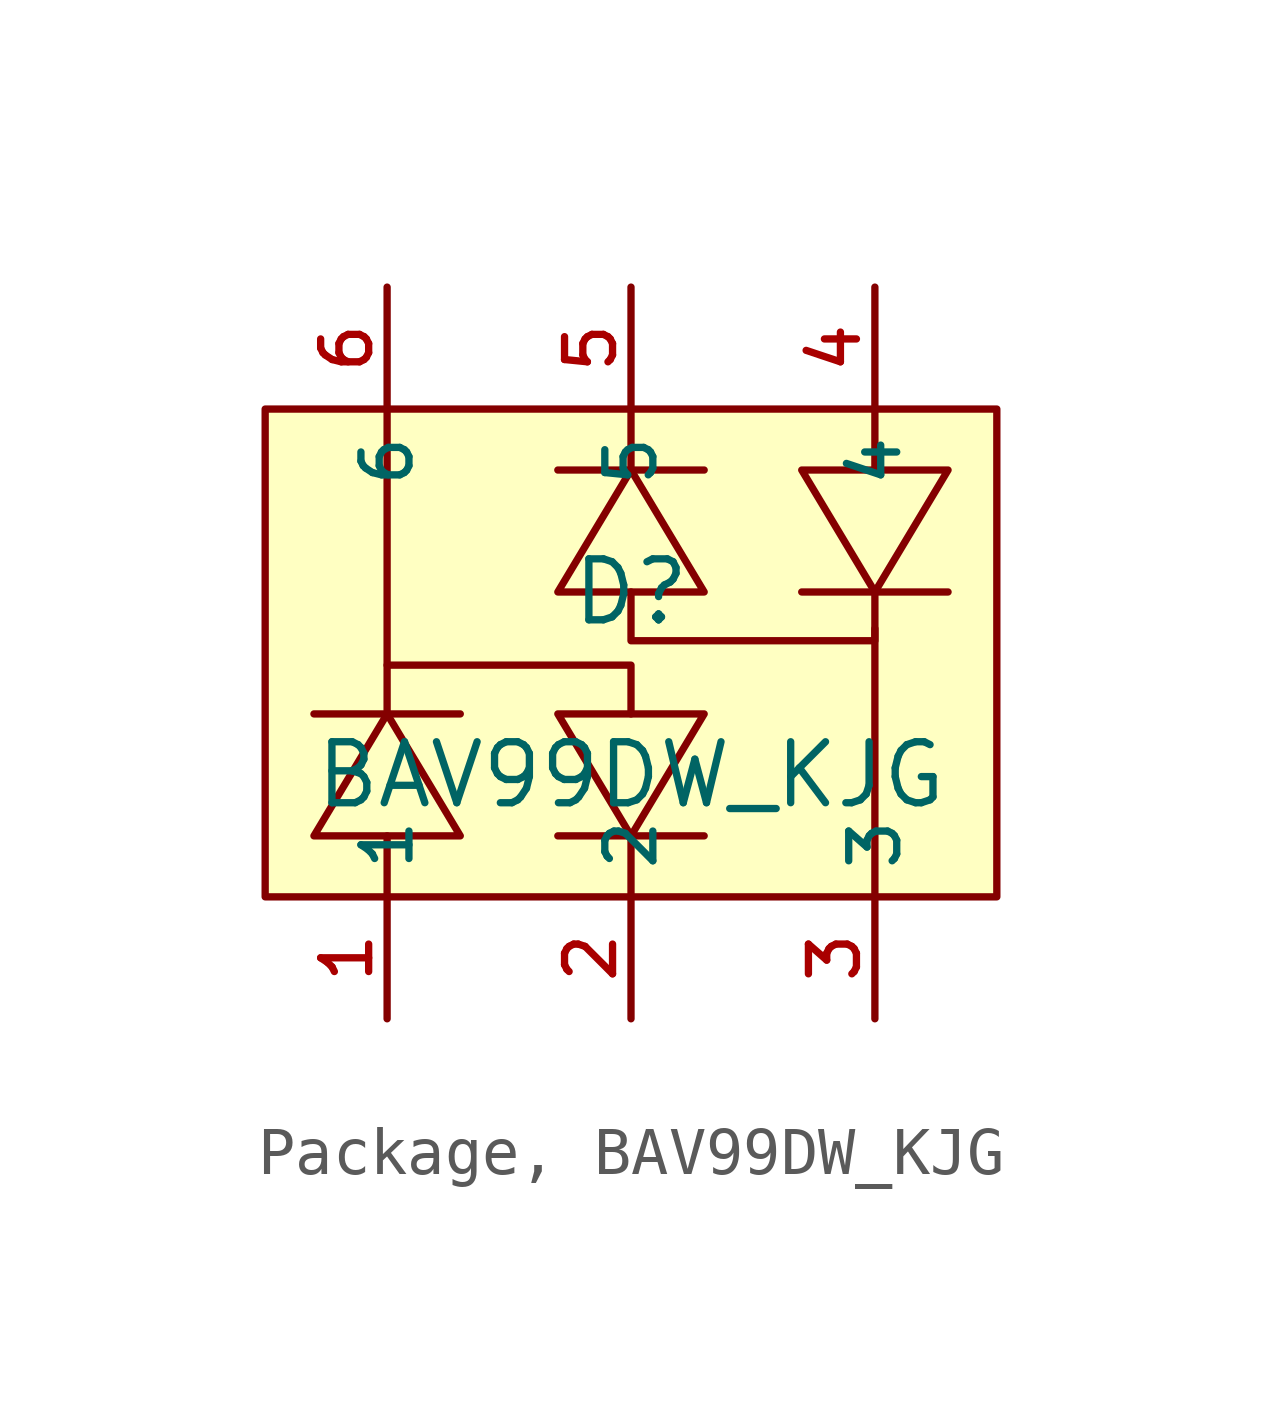
<source format=kicad_sym>
(kicad_symbol_lib
  (version 20231120)
  (generator "CDFER_Archive_Tool")
  (generator_version "0.0")
  (symbol "Package, BAV99DW_KJG"
    (property "Reference" "D"
      (at 0 1.27 0)
      (effects (font (size 1.27 1.27))))
    (property "Value" "BAV99DW_KJG"
      (at 0 -2.54 0)
      (effects (font (size 1.27 1.27))))
    (symbol "Package, BAV99DW_KJG_0_1"
      (rectangle (start -7.62 5.08) (end 7.62 -5.08) (stroke (width 0) (type default)) (fill (type background)))
      (polyline (pts (xy -6.604 -1.27) (xy -3.556 -1.27)) (stroke (width 0) (type default)) (fill (type none)))
      (polyline (pts (xy -5.08 -3.81) (xy -5.08 -5.08)) (stroke (width 0) (type default)) (fill (type none)))
      (polyline (pts (xy -5.08 5.08) (xy -5.08 -1.27)) (stroke (width 0) (type default)) (fill (type none)))
      (polyline (pts (xy -1.524 3.81) (xy 1.524 3.81)) (stroke (width 0) (type default)) (fill (type none)))
      (polyline (pts (xy 0 -3.81) (xy 0 -5.08)) (stroke (width 0) (type default)) (fill (type none)))
      (polyline (pts (xy 0 3.81) (xy 0 5.08)) (stroke (width 0) (type default)) (fill (type none)))
      (polyline (pts (xy 1.524 -3.81) (xy -1.524 -3.81)) (stroke (width 0) (type default)) (fill (type none)))
      (polyline (pts (xy 5.08 0.508) (xy 5.08 -5.08)) (stroke (width 0) (type default)) (fill (type none)))
      (polyline (pts (xy 5.08 3.81) (xy 5.08 5.08)) (stroke (width 0) (type default)) (fill (type none)))
      (polyline (pts (xy 6.604 1.27) (xy 3.556 1.27)) (stroke (width 0) (type default)) (fill (type none)))
      (polyline (pts (xy 0 -1.27) (xy 0 -0.254) (xy -5.08 -0.254)) (stroke (width 0) (type default)) (fill (type none)))
      (polyline (pts (xy -3.556 -3.81) (xy -5.08 -1.27) (xy -6.604 -3.81) (xy -3.556 -3.81)) (stroke (width 0) (type default)) (fill (type background)))
      (polyline (pts (xy -1.524 -1.27) (xy 0 -3.81) (xy 1.524 -1.27) (xy -1.524 -1.27)) (stroke (width 0) (type default)) (fill (type background)))
      (polyline (pts (xy 0 1.27) (xy 0 0.254) (xy 5.08 0.254) (xy 5.08 1.27)) (stroke (width 0) (type default)) (fill (type none)))
      (polyline (pts (xy 1.524 1.27) (xy 0 3.81) (xy -1.524 1.27) (xy 1.524 1.27)) (stroke (width 0) (type default)) (fill (type background)))
      (polyline (pts (xy 3.556 3.81) (xy 5.08 1.27) (xy 6.604 3.81) (xy 3.556 3.81)) (stroke (width 0) (type default)) (fill (type background)))
      (pin unspecified line (at -5.08 -7.62 90) (length 2.54) (name "1" (effects (font (size 1 1)))) (number "1" (effects (font (size 1 1)))))
      (pin unspecified line (at 0 -7.62 90) (length 2.54) (name "2" (effects (font (size 1 1)))) (number "2" (effects (font (size 1 1)))))
      (pin unspecified line (at 5.08 -7.62 90) (length 2.54) (name "3" (effects (font (size 1 1)))) (number "3" (effects (font (size 1 1)))))
      (pin unspecified line (at 5.08 7.62 270) (length 2.54) (name "4" (effects (font (size 1 1)))) (number "4" (effects (font (size 1 1)))))
      (pin unspecified line (at 0 7.62 270) (length 2.54) (name "5" (effects (font (size 1 1)))) (number "5" (effects (font (size 1 1)))))
      (pin unspecified line (at -5.08 7.62 270) (length 2.54) (name "6" (effects (font (size 1 1)))) (number "6" (effects (font (size 1 1))))))))
</source>
